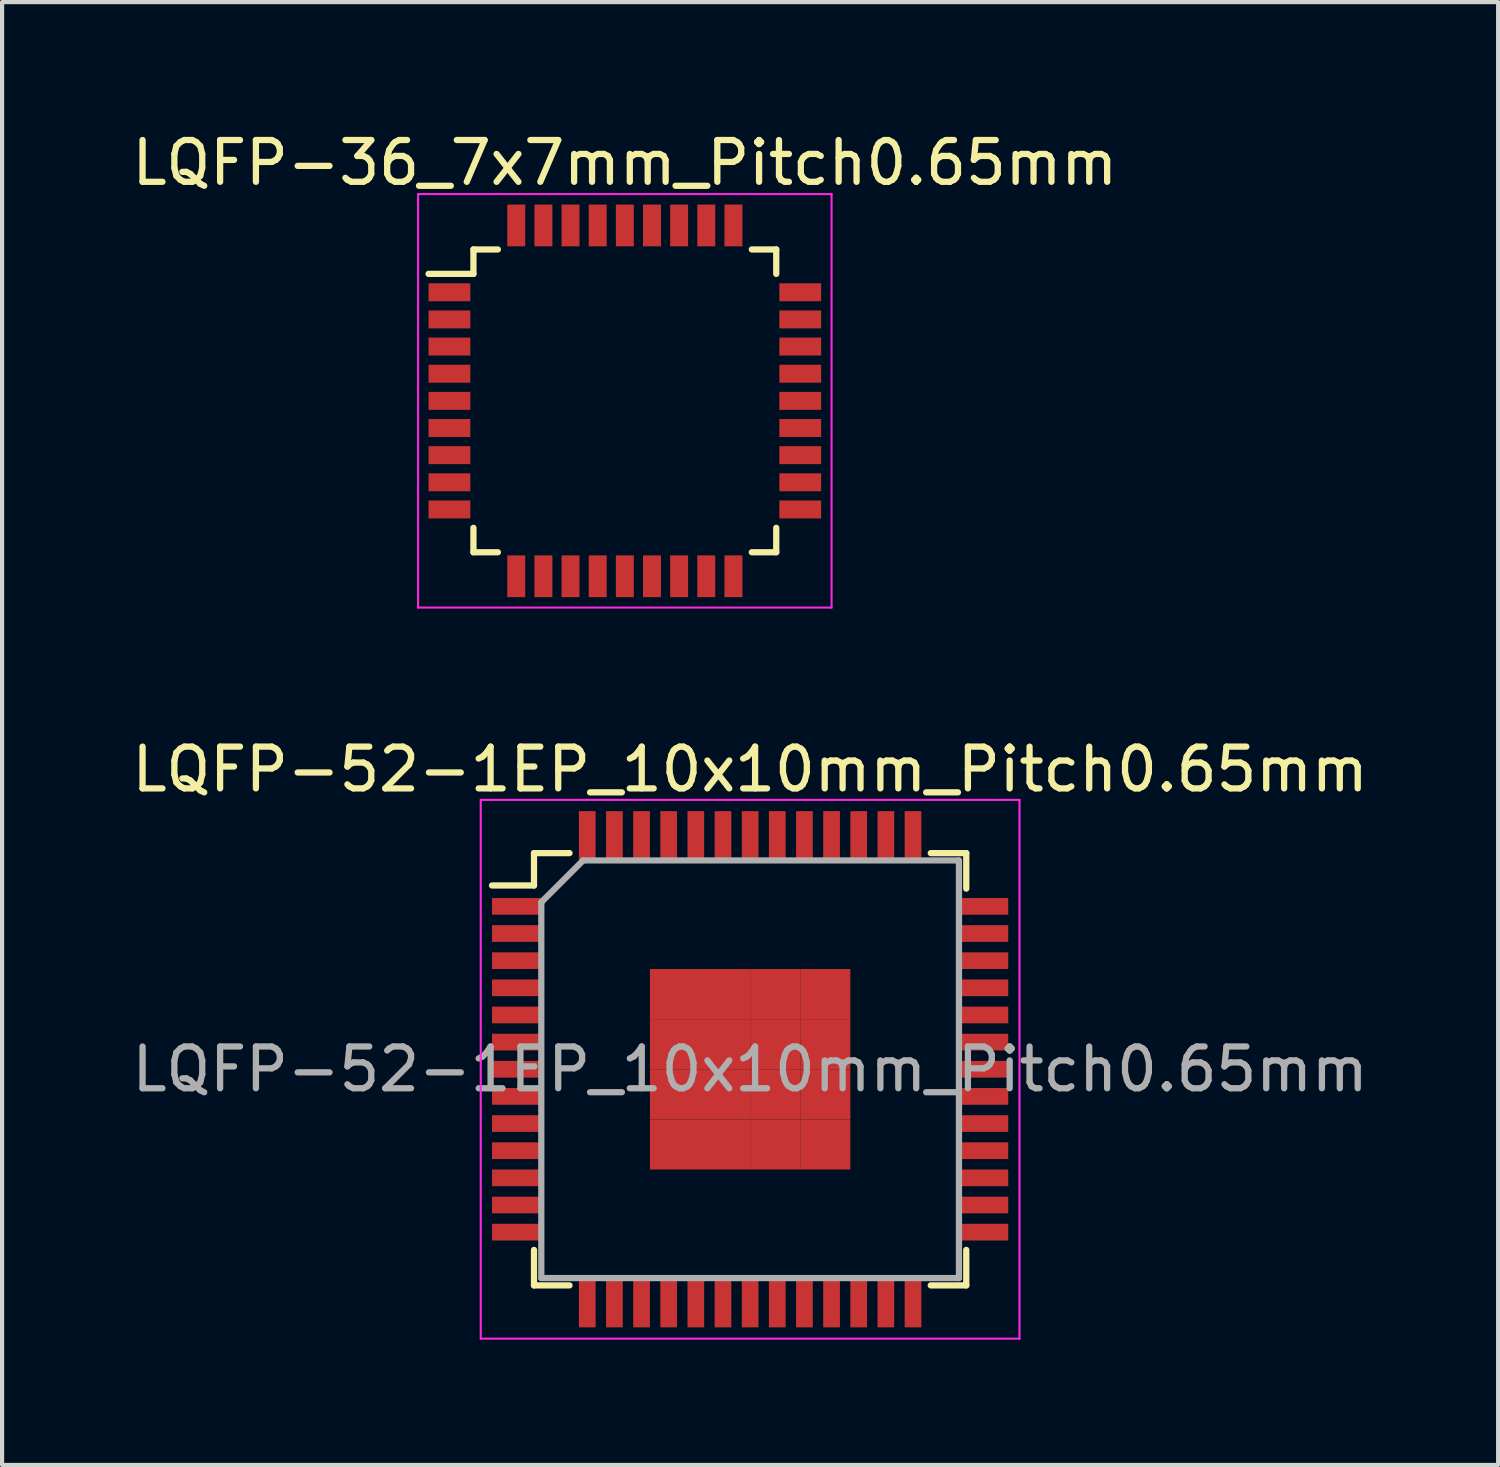
<source format=kicad_pcb>
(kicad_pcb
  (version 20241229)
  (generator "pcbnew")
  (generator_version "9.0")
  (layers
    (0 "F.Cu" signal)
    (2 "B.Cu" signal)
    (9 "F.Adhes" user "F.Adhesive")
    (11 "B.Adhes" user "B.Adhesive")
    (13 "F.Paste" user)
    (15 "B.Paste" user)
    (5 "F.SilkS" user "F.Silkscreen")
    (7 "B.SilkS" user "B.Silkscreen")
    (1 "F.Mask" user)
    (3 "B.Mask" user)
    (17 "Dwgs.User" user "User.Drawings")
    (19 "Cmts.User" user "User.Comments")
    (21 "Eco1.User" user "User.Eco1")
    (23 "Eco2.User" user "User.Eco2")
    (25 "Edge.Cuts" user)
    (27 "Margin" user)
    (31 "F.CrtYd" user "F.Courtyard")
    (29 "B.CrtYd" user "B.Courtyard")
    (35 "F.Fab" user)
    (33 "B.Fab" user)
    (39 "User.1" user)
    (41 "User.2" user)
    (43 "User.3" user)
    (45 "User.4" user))
  (footprint "LQFP-52-1EP_10x10mm_Pitch0.65mm"
    (layer "F.Cu")
    (at 14.911 22.552)
    (property "Reference" "LQFP-52-1EP_10x10mm_Pitch0.65mm" (at 0 -7.18 0) (layer "F.SilkS") (effects (font (size 1 1) (thickness 0.15))))
    (attr smd)
    (fp_line (start -5.175 -5.175) (end -5.175 -4.4) (stroke (width 0.15) (type solid)) (layer "F.SilkS"))
    (fp_line (start -5.175 -5.175) (end -4.325 -5.175) (stroke (width 0.15) (type solid)) (layer "F.SilkS"))
    (fp_line (start -5.175 -4.4) (end -6.18 -4.4) (stroke (width 0.15) (type solid)) (layer "F.SilkS"))
    (fp_line (start -5.175 5.175) (end -5.175 4.325) (stroke (width 0.15) (type solid)) (layer "F.SilkS"))
    (fp_line (start -5.175 5.175) (end -4.325 5.175) (stroke (width 0.15) (type solid)) (layer "F.SilkS"))
    (fp_line (start 5.175 -5.175) (end 4.325 -5.175) (stroke (width 0.15) (type solid)) (layer "F.SilkS"))
    (fp_line (start 5.175 -5.175) (end 5.175 -4.325) (stroke (width 0.15) (type solid)) (layer "F.SilkS"))
    (fp_line (start 5.175 5.175) (end 4.325 5.175) (stroke (width 0.15) (type solid)) (layer "F.SilkS"))
    (fp_line (start 5.175 5.175) (end 5.175 4.325) (stroke (width 0.15) (type solid)) (layer "F.SilkS"))
    (fp_line (start -6.45 -6.45) (end -6.45 6.45) (stroke (width 0.05) (type solid)) (layer "F.CrtYd"))
    (fp_line (start -6.45 -6.45) (end 6.45 -6.45) (stroke (width 0.05) (type solid)) (layer "F.CrtYd"))
    (fp_line (start -6.45 6.45) (end 6.45 6.45) (stroke (width 0.05) (type solid)) (layer "F.CrtYd"))
    (fp_line (start 6.45 -6.45) (end 6.45 6.45) (stroke (width 0.05) (type solid)) (layer "F.CrtYd"))
    (fp_line (start -5 -4) (end -4 -5) (stroke (width 0.15) (type solid)) (layer "F.Fab"))
    (fp_line (start -5 5) (end -5 -4) (stroke (width 0.15) (type solid)) (layer "F.Fab"))
    (fp_line (start -4 -5) (end 5 -5) (stroke (width 0.15) (type solid)) (layer "F.Fab"))
    (fp_line (start 5 -5) (end 5 5) (stroke (width 0.15) (type solid)) (layer "F.Fab"))
    (fp_line (start 5 5) (end -5 5) (stroke (width 0.15) (type solid)) (layer "F.Fab"))
    (fp_text user "${REFERENCE}" (at 0 0 0) (layer "F.Fab") (effects (font (size 1 1) (thickness 0.15))))
    (pad "1" smd rect (at -5.59 -3.9) (size 1.18 0.4) (layers "F.Cu" "F.Mask" "F.Paste"))
    (pad "2" smd rect (at -5.59 -3.25) (size 1.18 0.4) (layers "F.Cu" "F.Mask" "F.Paste"))
    (pad "3" smd rect (at -5.59 -2.6) (size 1.18 0.4) (layers "F.Cu" "F.Mask" "F.Paste"))
    (pad "4" smd rect (at -5.59 -1.95) (size 1.18 0.4) (layers "F.Cu" "F.Mask" "F.Paste"))
    (pad "5" smd rect (at -5.59 -1.3) (size 1.18 0.4) (layers "F.Cu" "F.Mask" "F.Paste"))
    (pad "6" smd rect (at -5.59 -0.65) (size 1.18 0.4) (layers "F.Cu" "F.Mask" "F.Paste"))
    (pad "7" smd rect (at -5.59 0) (size 1.18 0.4) (layers "F.Cu" "F.Mask" "F.Paste"))
    (pad "8" smd rect (at -5.59 0.65) (size 1.18 0.4) (layers "F.Cu" "F.Mask" "F.Paste"))
    (pad "9" smd rect (at -5.59 1.3) (size 1.18 0.4) (layers "F.Cu" "F.Mask" "F.Paste"))
    (pad "10" smd rect (at -5.59 1.95) (size 1.18 0.4) (layers "F.Cu" "F.Mask" "F.Paste"))
    (pad "11" smd rect (at -5.59 2.6) (size 1.18 0.4) (layers "F.Cu" "F.Mask" "F.Paste"))
    (pad "12" smd rect (at -5.59 3.25) (size 1.18 0.4) (layers "F.Cu" "F.Mask" "F.Paste"))
    (pad "13" smd rect (at -5.59 3.9) (size 1.18 0.4) (layers "F.Cu" "F.Mask" "F.Paste"))
    (pad "14" smd rect (at -3.9 5.59 90) (size 1.18 0.4) (layers "F.Cu" "F.Mask" "F.Paste"))
    (pad "15" smd rect (at -3.25 5.59 90) (size 1.18 0.4) (layers "F.Cu" "F.Mask" "F.Paste"))
    (pad "16" smd rect (at -2.6 5.59 90) (size 1.18 0.4) (layers "F.Cu" "F.Mask" "F.Paste"))
    (pad "17" smd rect (at -1.95 5.59 90) (size 1.18 0.4) (layers "F.Cu" "F.Mask" "F.Paste"))
    (pad "18" smd rect (at -1.3 5.59 90) (size 1.18 0.4) (layers "F.Cu" "F.Mask" "F.Paste"))
    (pad "19" smd rect (at -0.65 5.59 90) (size 1.18 0.4) (layers "F.Cu" "F.Mask" "F.Paste"))
    (pad "20" smd rect (at 0 5.59 90) (size 1.18 0.4) (layers "F.Cu" "F.Mask" "F.Paste"))
    (pad "21" smd rect (at 0.65 5.59 90) (size 1.18 0.4) (layers "F.Cu" "F.Mask" "F.Paste"))
    (pad "22" smd rect (at 1.3 5.59 90) (size 1.18 0.4) (layers "F.Cu" "F.Mask" "F.Paste"))
    (pad "23" smd rect (at 1.95 5.59 90) (size 1.18 0.4) (layers "F.Cu" "F.Mask" "F.Paste"))
    (pad "24" smd rect (at 2.6 5.59 90) (size 1.18 0.4) (layers "F.Cu" "F.Mask" "F.Paste"))
    (pad "25" smd rect (at 3.25 5.59 90) (size 1.18 0.4) (layers "F.Cu" "F.Mask" "F.Paste"))
    (pad "26" smd rect (at 3.9 5.59 90) (size 1.18 0.4) (layers "F.Cu" "F.Mask" "F.Paste"))
    (pad "27" smd rect (at 5.59 3.9) (size 1.18 0.4) (layers "F.Cu" "F.Mask" "F.Paste"))
    (pad "28" smd rect (at 5.59 3.25) (size 1.18 0.4) (layers "F.Cu" "F.Mask" "F.Paste"))
    (pad "29" smd rect (at 5.59 2.6) (size 1.18 0.4) (layers "F.Cu" "F.Mask" "F.Paste"))
    (pad "30" smd rect (at 5.59 1.95) (size 1.18 0.4) (layers "F.Cu" "F.Mask" "F.Paste"))
    (pad "31" smd rect (at 5.59 1.3) (size 1.18 0.4) (layers "F.Cu" "F.Mask" "F.Paste"))
    (pad "32" smd rect (at 5.59 0.65) (size 1.18 0.4) (layers "F.Cu" "F.Mask" "F.Paste"))
    (pad "33" smd rect (at 5.59 0) (size 1.18 0.4) (layers "F.Cu" "F.Mask" "F.Paste"))
    (pad "34" smd rect (at 5.59 -0.65) (size 1.18 0.4) (layers "F.Cu" "F.Mask" "F.Paste"))
    (pad "35" smd rect (at 5.59 -1.3) (size 1.18 0.4) (layers "F.Cu" "F.Mask" "F.Paste"))
    (pad "36" smd rect (at 5.59 -1.95) (size 1.18 0.4) (layers "F.Cu" "F.Mask" "F.Paste"))
    (pad "37" smd rect (at 5.59 -2.6) (size 1.18 0.4) (layers "F.Cu" "F.Mask" "F.Paste"))
    (pad "38" smd rect (at 5.59 -3.25) (size 1.18 0.4) (layers "F.Cu" "F.Mask" "F.Paste"))
    (pad "39" smd rect (at 5.59 -3.9) (size 1.18 0.4) (layers "F.Cu" "F.Mask" "F.Paste"))
    (pad "40" smd rect (at 3.9 -5.59 90) (size 1.18 0.4) (layers "F.Cu" "F.Mask" "F.Paste"))
    (pad "41" smd rect (at 3.25 -5.59 90) (size 1.18 0.4) (layers "F.Cu" "F.Mask" "F.Paste"))
    (pad "42" smd rect (at 2.6 -5.59 90) (size 1.18 0.4) (layers "F.Cu" "F.Mask" "F.Paste"))
    (pad "43" smd rect (at 1.95 -5.59 90) (size 1.18 0.4) (layers "F.Cu" "F.Mask" "F.Paste"))
    (pad "44" smd rect (at 1.3 -5.59 90) (size 1.18 0.4) (layers "F.Cu" "F.Mask" "F.Paste"))
    (pad "45" smd rect (at 0.65 -5.59 90) (size 1.18 0.4) (layers "F.Cu" "F.Mask" "F.Paste"))
    (pad "46" smd rect (at 0 -5.59 90) (size 1.18 0.4) (layers "F.Cu" "F.Mask" "F.Paste"))
    (pad "47" smd rect (at -0.65 -5.59 90) (size 1.18 0.4) (layers "F.Cu" "F.Mask" "F.Paste"))
    (pad "48" smd rect (at -1.3 -5.59 90) (size 1.18 0.4) (layers "F.Cu" "F.Mask" "F.Paste"))
    (pad "49" smd rect (at -1.95 -5.59 90) (size 1.18 0.4) (layers "F.Cu" "F.Mask" "F.Paste"))
    (pad "50" smd rect (at -2.6 -5.59 90) (size 1.18 0.4) (layers "F.Cu" "F.Mask" "F.Paste"))
    (pad "51" smd rect (at -3.25 -5.59 90) (size 1.18 0.4) (layers "F.Cu" "F.Mask" "F.Paste"))
    (pad "52" smd rect (at -3.9 -5.59 90) (size 1.18 0.4) (layers "F.Cu" "F.Mask" "F.Paste"))
    (pad "53" smd rect (at -1.8 -1.8) (size 1.2 1.2) (layers "F.Cu" "F.Mask" "F.Paste"))
    (pad "53" smd rect (at -1.8 -0.6) (size 1.2 1.2) (layers "F.Cu" "F.Mask" "F.Paste"))
    (pad "53" smd rect (at -1.8 0.6) (size 1.2 1.2) (layers "F.Cu" "F.Mask" "F.Paste"))
    (pad "53" smd rect (at -1.8 1.8) (size 1.2 1.2) (layers "F.Cu" "F.Mask" "F.Paste"))
    (pad "53" smd rect (at -0.6 -1.8) (size 1.2 1.2) (layers "F.Cu" "F.Mask" "F.Paste"))
    (pad "53" smd rect (at -0.6 -0.6) (size 1.2 1.2) (layers "F.Cu" "F.Mask" "F.Paste"))
    (pad "53" smd rect (at -0.6 0.6) (size 1.2 1.2) (layers "F.Cu" "F.Mask" "F.Paste"))
    (pad "53" smd rect (at -0.6 1.8) (size 1.2 1.2) (layers "F.Cu" "F.Mask" "F.Paste"))
    (pad "53" smd rect (at 0.6 -1.8) (size 1.2 1.2) (layers "F.Cu" "F.Mask" "F.Paste"))
    (pad "53" smd rect (at 0.6 -0.6) (size 1.2 1.2) (layers "F.Cu" "F.Mask" "F.Paste"))
    (pad "53" smd rect (at 0.6 0.6) (size 1.2 1.2) (layers "F.Cu" "F.Mask" "F.Paste"))
    (pad "53" smd rect (at 0.6 1.8) (size 1.2 1.2) (layers "F.Cu" "F.Mask" "F.Paste"))
    (pad "53" smd rect (at 1.8 -1.8) (size 1.2 1.2) (layers "F.Cu" "F.Mask" "F.Paste"))
    (pad "53" smd rect (at 1.8 -0.6) (size 1.2 1.2) (layers "F.Cu" "F.Mask" "F.Paste"))
    (pad "53" smd rect (at 1.8 0.6) (size 1.2 1.2) (layers "F.Cu" "F.Mask" "F.Paste"))
    (pad "53" smd rect (at 1.8 1.8) (size 1.2 1.2) (layers "F.Cu" "F.Mask" "F.Paste")))
  (footprint "LQFP-36_7x7mm_Pitch0.65mm"
    (layer "F.Cu")
    (at 11.911 6.548)
    (property "Reference" "LQFP-36_7x7mm_Pitch0.65mm" (at 0 -5.7 0) (layer "F.SilkS") (effects (font (size 1 1) (thickness 0.15))))
    (attr smd)
    (fp_line (start -3.625 -3.625) (end -3.625 -3.04) (stroke (width 0.15) (type solid)) (layer "F.SilkS"))
    (fp_line (start -3.625 -3.625) (end -3.04 -3.625) (stroke (width 0.15) (type solid)) (layer "F.SilkS"))
    (fp_line (start -3.625 -3.04) (end -4.7 -3.04) (stroke (width 0.15) (type solid)) (layer "F.SilkS"))
    (fp_line (start -3.625 3.625) (end -3.625 3.04) (stroke (width 0.15) (type solid)) (layer "F.SilkS"))
    (fp_line (start -3.625 3.625) (end -3.04 3.625) (stroke (width 0.15) (type solid)) (layer "F.SilkS"))
    (fp_line (start 3.625 -3.625) (end 3.04 -3.625) (stroke (width 0.15) (type solid)) (layer "F.SilkS"))
    (fp_line (start 3.625 -3.625) (end 3.625 -3.04) (stroke (width 0.15) (type solid)) (layer "F.SilkS"))
    (fp_line (start 3.625 3.625) (end 3.04 3.625) (stroke (width 0.15) (type solid)) (layer "F.SilkS"))
    (fp_line (start 3.625 3.625) (end 3.625 3.04) (stroke (width 0.15) (type solid)) (layer "F.SilkS"))
    (fp_line (start -4.95 -4.95) (end -4.95 4.95) (stroke (width 0.05) (type solid)) (layer "F.CrtYd"))
    (fp_line (start -4.95 -4.95) (end 4.95 -4.95) (stroke (width 0.05) (type solid)) (layer "F.CrtYd"))
    (fp_line (start -4.95 4.95) (end 4.95 4.95) (stroke (width 0.05) (type solid)) (layer "F.CrtYd"))
    (fp_line (start 4.95 -4.95) (end 4.95 4.95) (stroke (width 0.05) (type solid)) (layer "F.CrtYd"))
    (pad "1" smd rect (at -4.2 -2.6) (size 1 0.43) (layers "F.Cu" "F.Mask" "F.Paste"))
    (pad "2" smd rect (at -4.2 -1.95) (size 1 0.43) (layers "F.Cu" "F.Mask" "F.Paste"))
    (pad "3" smd rect (at -4.2 -1.3) (size 1 0.43) (layers "F.Cu" "F.Mask" "F.Paste"))
    (pad "4" smd rect (at -4.2 -0.65) (size 1 0.43) (layers "F.Cu" "F.Mask" "F.Paste"))
    (pad "5" smd rect (at -4.2 0) (size 1 0.43) (layers "F.Cu" "F.Mask" "F.Paste"))
    (pad "6" smd rect (at -4.2 0.65) (size 1 0.43) (layers "F.Cu" "F.Mask" "F.Paste"))
    (pad "7" smd rect (at -4.2 1.3) (size 1 0.43) (layers "F.Cu" "F.Mask" "F.Paste"))
    (pad "8" smd rect (at -4.2 1.95) (size 1 0.43) (layers "F.Cu" "F.Mask" "F.Paste"))
    (pad "9" smd rect (at -4.2 2.6) (size 1 0.43) (layers "F.Cu" "F.Mask" "F.Paste"))
    (pad "10" smd rect (at -2.6 4.2 90) (size 1 0.43) (layers "F.Cu" "F.Mask" "F.Paste"))
    (pad "11" smd rect (at -1.95 4.2 90) (size 1 0.43) (layers "F.Cu" "F.Mask" "F.Paste"))
    (pad "12" smd rect (at -1.3 4.2 90) (size 1 0.43) (layers "F.Cu" "F.Mask" "F.Paste"))
    (pad "13" smd rect (at -0.65 4.2 90) (size 1 0.43) (layers "F.Cu" "F.Mask" "F.Paste"))
    (pad "14" smd rect (at 0 4.2 90) (size 1 0.43) (layers "F.Cu" "F.Mask" "F.Paste"))
    (pad "15" smd rect (at 0.65 4.2 90) (size 1 0.43) (layers "F.Cu" "F.Mask" "F.Paste"))
    (pad "16" smd rect (at 1.3 4.2 90) (size 1 0.43) (layers "F.Cu" "F.Mask" "F.Paste"))
    (pad "17" smd rect (at 1.95 4.2 90) (size 1 0.43) (layers "F.Cu" "F.Mask" "F.Paste"))
    (pad "18" smd rect (at 2.6 4.2 90) (size 1 0.43) (layers "F.Cu" "F.Mask" "F.Paste"))
    (pad "19" smd rect (at 4.2 2.6) (size 1 0.43) (layers "F.Cu" "F.Mask" "F.Paste"))
    (pad "20" smd rect (at 4.2 1.95) (size 1 0.43) (layers "F.Cu" "F.Mask" "F.Paste"))
    (pad "21" smd rect (at 4.2 1.3) (size 1 0.43) (layers "F.Cu" "F.Mask" "F.Paste"))
    (pad "22" smd rect (at 4.2 0.65) (size 1 0.43) (layers "F.Cu" "F.Mask" "F.Paste"))
    (pad "23" smd rect (at 4.2 0) (size 1 0.43) (layers "F.Cu" "F.Mask" "F.Paste"))
    (pad "24" smd rect (at 4.2 -0.65) (size 1 0.43) (layers "F.Cu" "F.Mask" "F.Paste"))
    (pad "25" smd rect (at 4.2 -1.3) (size 1 0.43) (layers "F.Cu" "F.Mask" "F.Paste"))
    (pad "26" smd rect (at 4.2 -1.95) (size 1 0.43) (layers "F.Cu" "F.Mask" "F.Paste"))
    (pad "27" smd rect (at 4.2 -2.6) (size 1 0.43) (layers "F.Cu" "F.Mask" "F.Paste"))
    (pad "28" smd rect (at 2.6 -4.2 90) (size 1 0.43) (layers "F.Cu" "F.Mask" "F.Paste"))
    (pad "29" smd rect (at 1.95 -4.2 90) (size 1 0.43) (layers "F.Cu" "F.Mask" "F.Paste"))
    (pad "30" smd rect (at 1.3 -4.2 90) (size 1 0.43) (layers "F.Cu" "F.Mask" "F.Paste"))
    (pad "31" smd rect (at 0.65 -4.2 90) (size 1 0.43) (layers "F.Cu" "F.Mask" "F.Paste"))
    (pad "32" smd rect (at 0 -4.2 90) (size 1 0.43) (layers "F.Cu" "F.Mask" "F.Paste"))
    (pad "33" smd rect (at -0.65 -4.2 90) (size 1 0.43) (layers "F.Cu" "F.Mask" "F.Paste"))
    (pad "34" smd rect (at -1.3 -4.2 90) (size 1 0.43) (layers "F.Cu" "F.Mask" "F.Paste"))
    (pad "35" smd rect (at -1.95 -4.2 90) (size 1 0.43) (layers "F.Cu" "F.Mask" "F.Paste"))
    (pad "36" smd rect (at -2.6 -4.2 90) (size 1 0.43) (layers "F.Cu" "F.Mask" "F.Paste")))
  (gr_rect
    (start -3 -3)
    (end 32.821 32.026)
    (stroke (width 0.1) (type default))
    (fill no)
    (layer "Edge.Cuts")))
</source>
